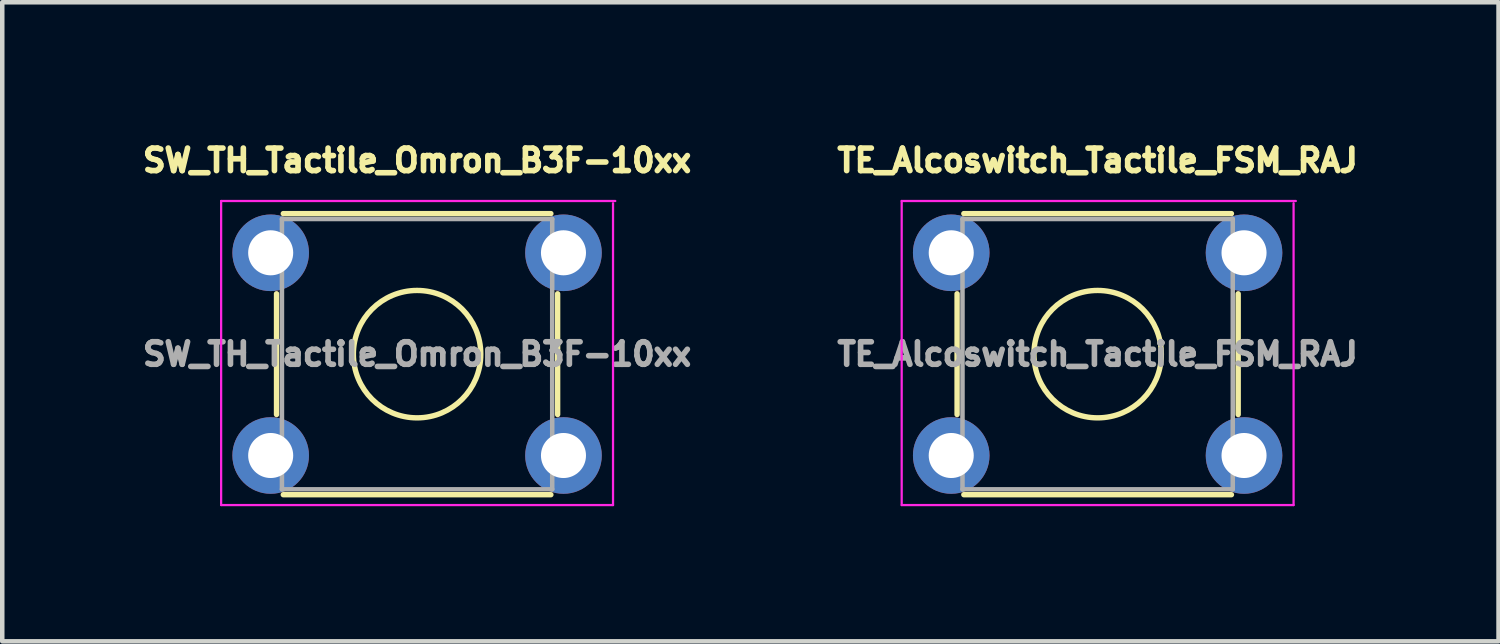
<source format=kicad_pcb>
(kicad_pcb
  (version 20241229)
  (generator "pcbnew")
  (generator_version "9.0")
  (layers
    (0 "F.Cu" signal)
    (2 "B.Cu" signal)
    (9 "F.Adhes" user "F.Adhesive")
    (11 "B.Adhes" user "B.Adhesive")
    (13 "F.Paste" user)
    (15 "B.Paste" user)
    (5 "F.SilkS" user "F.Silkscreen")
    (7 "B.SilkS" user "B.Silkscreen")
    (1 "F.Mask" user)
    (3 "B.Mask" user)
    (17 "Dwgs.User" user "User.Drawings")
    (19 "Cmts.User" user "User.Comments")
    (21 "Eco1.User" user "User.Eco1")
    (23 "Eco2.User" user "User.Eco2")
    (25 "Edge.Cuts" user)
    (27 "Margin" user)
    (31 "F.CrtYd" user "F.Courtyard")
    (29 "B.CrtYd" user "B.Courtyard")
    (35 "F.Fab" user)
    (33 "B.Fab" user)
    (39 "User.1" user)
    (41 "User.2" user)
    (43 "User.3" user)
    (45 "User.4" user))
  (footprint "TE_Alcoswitch_Tactile_FSM_RAJ"
    (layer "F.Cu")
    (at 18.067 2.562)
    (property "Reference" "TE_Alcoswitch_Tactile_FSM_RAJ" (at 3.25 -2.05 0) (layer "F.SilkS") (effects (font (size 0.5 0.5) (thickness 0.125))))
    (attr through_hole)
    (fp_line (start 0.13 3.59) (end 0.13 0.91) (stroke (width 0.12) (type solid)) (layer "F.SilkS"))
    (fp_line (start 0.28 -0.87) (end 6.22 -0.87) (stroke (width 0.12) (type solid)) (layer "F.SilkS"))
    (fp_line (start 0.28 5.37) (end 6.22 5.37) (stroke (width 0.12) (type solid)) (layer "F.SilkS"))
    (fp_line (start 6.37 0.91) (end 6.37 3.59) (stroke (width 0.12) (type solid)) (layer "F.SilkS"))
    (fp_circle (center 3.25 2.25) (end 4.25 3.25) (stroke (width 0.12) (type solid)) (fill no) (layer "F.SilkS"))
    (fp_line (start -1.1 -1.15) (end -1.1 5.6) (stroke (width 0.05) (type solid)) (layer "F.CrtYd"))
    (fp_line (start -1.1 5.6) (end 7.6 5.6) (stroke (width 0.05) (type solid)) (layer "F.CrtYd"))
    (fp_line (start 7.6 5.6) (end 7.6 -1.1) (stroke (width 0.05) (type solid)) (layer "F.CrtYd"))
    (fp_line (start 7.65 -1.15) (end -1.1 -1.15) (stroke (width 0.05) (type solid)) (layer "F.CrtYd"))
    (fp_line (start 0.25 -0.75) (end 0.25 5.25) (stroke (width 0.1) (type solid)) (layer "F.Fab"))
    (fp_line (start 0.25 -0.75) (end 6.25 -0.75) (stroke (width 0.1) (type solid)) (layer "F.Fab"))
    (fp_line (start 0.25 5.25) (end 6.25 5.25) (stroke (width 0.1) (type solid)) (layer "F.Fab"))
    (fp_line (start 6.25 -0.75) (end 6.25 5.25) (stroke (width 0.1) (type solid)) (layer "F.Fab"))
    (fp_text user "${REFERENCE}" (at 3.25 2.25 0) (layer "F.Fab") (effects (font (size 0.5 0.5) (thickness 0.125))))
    (pad "1" thru_hole circle (at 0 0) (size 1.7 1.7) (drill 1) (layers "*.Cu" "*.Mask"))
    (pad "2" thru_hole circle (at 6.5 0) (size 1.7 1.7) (drill 1) (layers "*.Cu" "*.Mask"))
    (pad "3" thru_hole circle (at 0 4.5) (size 1.7 1.7) (drill 1) (layers "*.Cu" "*.Mask"))
    (pad "4" thru_hole circle (at 6.5 4.5) (size 1.7 1.7) (drill 1) (layers "*.Cu" "*.Mask")))
  (footprint "SW_TH_Tactile_Omron_B3F-10xx"
    (layer "F.Cu")
    (at 2.959 2.562)
    (property "Reference" "SW_TH_Tactile_Omron_B3F-10xx" (at 3.25 -2.05 0) (layer "F.SilkS") (effects (font (size 0.5 0.5) (thickness 0.125))))
    (attr through_hole)
    (fp_line (start 0.13 3.59) (end 0.13 0.91) (stroke (width 0.12) (type solid)) (layer "F.SilkS"))
    (fp_line (start 0.28 -0.87) (end 6.22 -0.87) (stroke (width 0.12) (type solid)) (layer "F.SilkS"))
    (fp_line (start 0.28 5.37) (end 6.22 5.37) (stroke (width 0.12) (type solid)) (layer "F.SilkS"))
    (fp_line (start 6.37 0.91) (end 6.37 3.59) (stroke (width 0.12) (type solid)) (layer "F.SilkS"))
    (fp_circle (center 3.25 2.25) (end 4.25 3.25) (stroke (width 0.12) (type solid)) (fill no) (layer "F.SilkS"))
    (fp_line (start -1.1 -1.15) (end -1.1 5.6) (stroke (width 0.05) (type solid)) (layer "F.CrtYd"))
    (fp_line (start -1.1 5.6) (end 7.6 5.6) (stroke (width 0.05) (type solid)) (layer "F.CrtYd"))
    (fp_line (start 7.6 5.6) (end 7.6 -1.1) (stroke (width 0.05) (type solid)) (layer "F.CrtYd"))
    (fp_line (start 7.65 -1.15) (end -1.1 -1.15) (stroke (width 0.05) (type solid)) (layer "F.CrtYd"))
    (fp_line (start 0.25 -0.75) (end 0.25 5.25) (stroke (width 0.1) (type solid)) (layer "F.Fab"))
    (fp_line (start 0.25 -0.75) (end 6.25 -0.75) (stroke (width 0.1) (type solid)) (layer "F.Fab"))
    (fp_line (start 0.25 5.25) (end 6.25 5.25) (stroke (width 0.1) (type solid)) (layer "F.Fab"))
    (fp_line (start 6.25 -0.75) (end 6.25 5.25) (stroke (width 0.1) (type solid)) (layer "F.Fab"))
    (fp_text user "${REFERENCE}" (at 3.25 2.25 0) (layer "F.Fab") (effects (font (size 0.5 0.5) (thickness 0.125))))
    (pad "1" thru_hole circle (at 0 0) (size 1.7 1.7) (drill 1) (layers "*.Cu" "*.Mask"))
    (pad "2" thru_hole circle (at 6.5 0) (size 1.7 1.7) (drill 1) (layers "*.Cu" "*.Mask"))
    (pad "3" thru_hole circle (at 0 4.5) (size 1.7 1.7) (drill 1) (layers "*.Cu" "*.Mask"))
    (pad "4" thru_hole circle (at 6.5 4.5) (size 1.7 1.7) (drill 1) (layers "*.Cu" "*.Mask")))
  (gr_rect
    (start -3 -3)
    (end 30.217 11.187)
    (stroke (width 0.1) (type default))
    (fill no)
    (layer "Edge.Cuts")))
</source>
